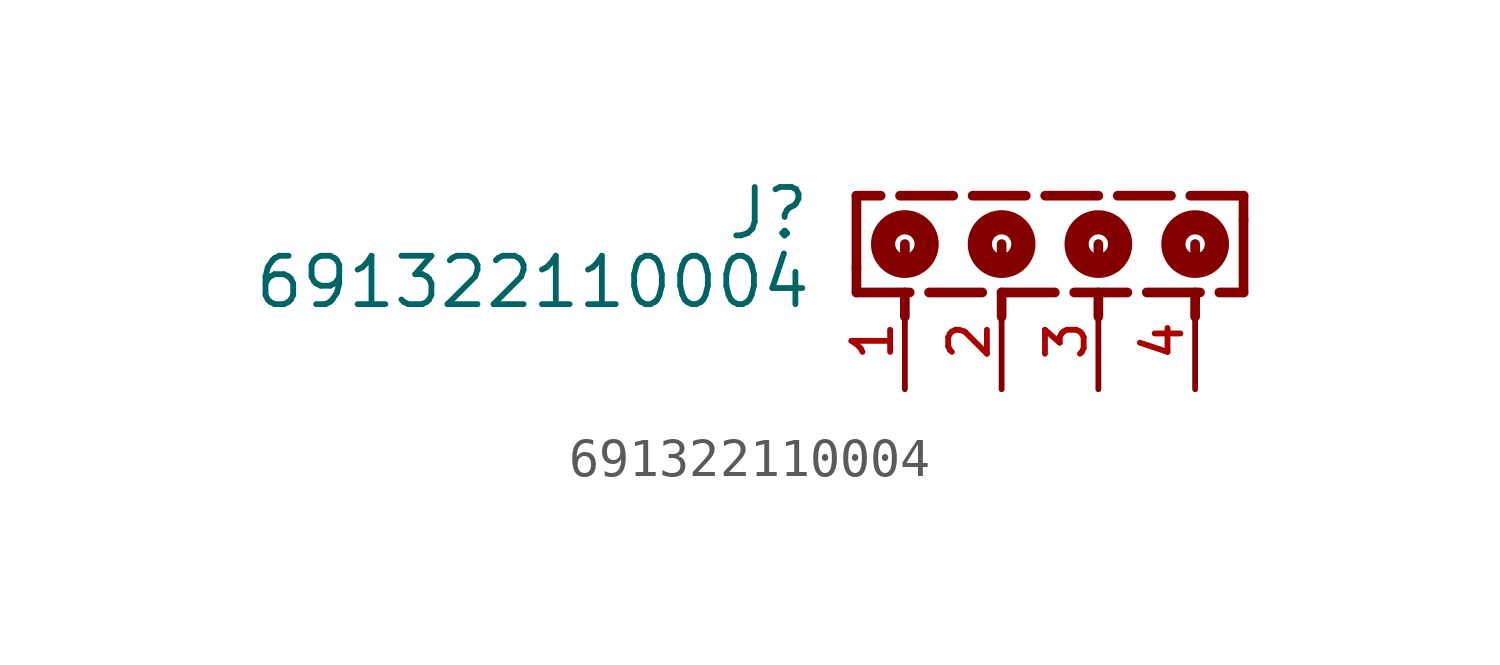
<source format=kicad_sym>
(kicad_symbol_lib
  (version 20211014)
  (generator kicad_symbol_editor)
  (symbol "691322110004"
    (pin_names
      (offset 1.016))
    (property "Reference" "J"
      (at -7.53 -1.205 0)
      (effects (font (size 1.27 1.27)) (justify bottom right)))
    (property "Value" "691322110004"
      (at -7.49 -3.01 0)
      (effects (font (size 1.27 1.27)) (justify bottom right)))
    (symbol "691322110004_0_0"
      (circle (center -5.08 -1.27) (radius 0.254) (stroke (width 0.635)) (fill (type none)))
      (circle (center -2.54 -1.27) (radius 0.254) (stroke (width 0.635)) (fill (type none)))
      (circle (center 0.0 -1.27) (radius 0.254) (stroke (width 0.635)) (fill (type none)))
      (circle (center 2.54 -1.27) (radius 0.254) (stroke (width 0.635)) (fill (type none)))
      (polyline (pts (xy -6.35 -2.54) (xy -4.953 -2.54)) (stroke (width 0.254)))
      (polyline (pts (xy -4.445 -2.54) (xy -3.048 -2.54)) (stroke (width 0.254)))
      (polyline (pts (xy -2.54 -2.54) (xy -1.143 -2.54)) (stroke (width 0.254)))
      (polyline (pts (xy -0.635 -2.54) (xy 0.762 -2.54)) (stroke (width 0.254)))
      (polyline (pts (xy 1.27 -2.54) (xy 2.667 -2.54)) (stroke (width 0.254)))
      (polyline (pts (xy 3.175 -2.54) (xy 3.81 -2.54)) (stroke (width 0.254)))
      (polyline (pts (xy 3.81 -2.54) (xy 3.81 -0.635)) (stroke (width 0.254)))
      (polyline (pts (xy 3.81 -0.635) (xy 3.81 0.0)) (stroke (width 0.254)))
      (polyline (pts (xy 3.81 0.0) (xy 2.413 0.0)) (stroke (width 0.254)))
      (polyline (pts (xy 1.905 0.0) (xy 0.508 0.0)) (stroke (width 0.254)))
      (polyline (pts (xy 0.0 0.0) (xy -1.397 0.0)) (stroke (width 0.254)))
      (polyline (pts (xy -1.905 0.0) (xy -3.302 0.0)) (stroke (width 0.254)))
      (polyline (pts (xy -3.81 0.0) (xy -5.207 0.0)) (stroke (width 0.254)))
      (polyline (pts (xy -5.715 0.0) (xy -6.35 0.0)) (stroke (width 0.254)))
      (polyline (pts (xy -6.35 0.0) (xy -6.35 -1.905)) (stroke (width 0.254)))
      (polyline (pts (xy -6.35 -1.905) (xy -6.35 -2.54)) (stroke (width 0.254)))
      (polyline (pts (xy -5.08 -1.27) (xy -5.08 -1.905)) (stroke (width 0.254)))
      (polyline (pts (xy -5.08 -3.175) (xy -5.08 -2.54)) (stroke (width 0.254)))
      (polyline (pts (xy -2.54 -1.27) (xy -2.54 -1.905)) (stroke (width 0.254)))
      (polyline (pts (xy -2.54 -3.175) (xy -2.54 -2.54)) (stroke (width 0.254)))
      (polyline (pts (xy 0.0 -1.27) (xy 0.0 -1.905)) (stroke (width 0.254)))
      (polyline (pts (xy 0.0 -3.175) (xy 0.0 -2.54)) (stroke (width 0.254)))
      (polyline (pts (xy 2.54 -1.27) (xy 2.54 -1.905)) (stroke (width 0.254)))
      (polyline (pts (xy 2.54 -3.175) (xy 2.54 -2.54)) (stroke (width 0.254)))
      (pin passive line (at -5.08 -5.08 90.0) (length 2.54) (name "~" (effects (font (size 1.016 1.016)))) (number "1" (effects (font (size 1.016 1.016)))))
      (pin passive line (at -2.54 -5.08 90.0) (length 2.54) (name "~" (effects (font (size 1.016 1.016)))) (number "2" (effects (font (size 1.016 1.016)))))
      (pin passive line (at 0.0 -5.08 90.0) (length 2.54) (name "~" (effects (font (size 1.016 1.016)))) (number "3" (effects (font (size 1.016 1.016)))))
      (pin passive line (at 2.54 -5.08 90.0) (length 2.54) (name "~" (effects (font (size 1.016 1.016)))) (number "4" (effects (font (size 1.016 1.016))))))))
</source>
